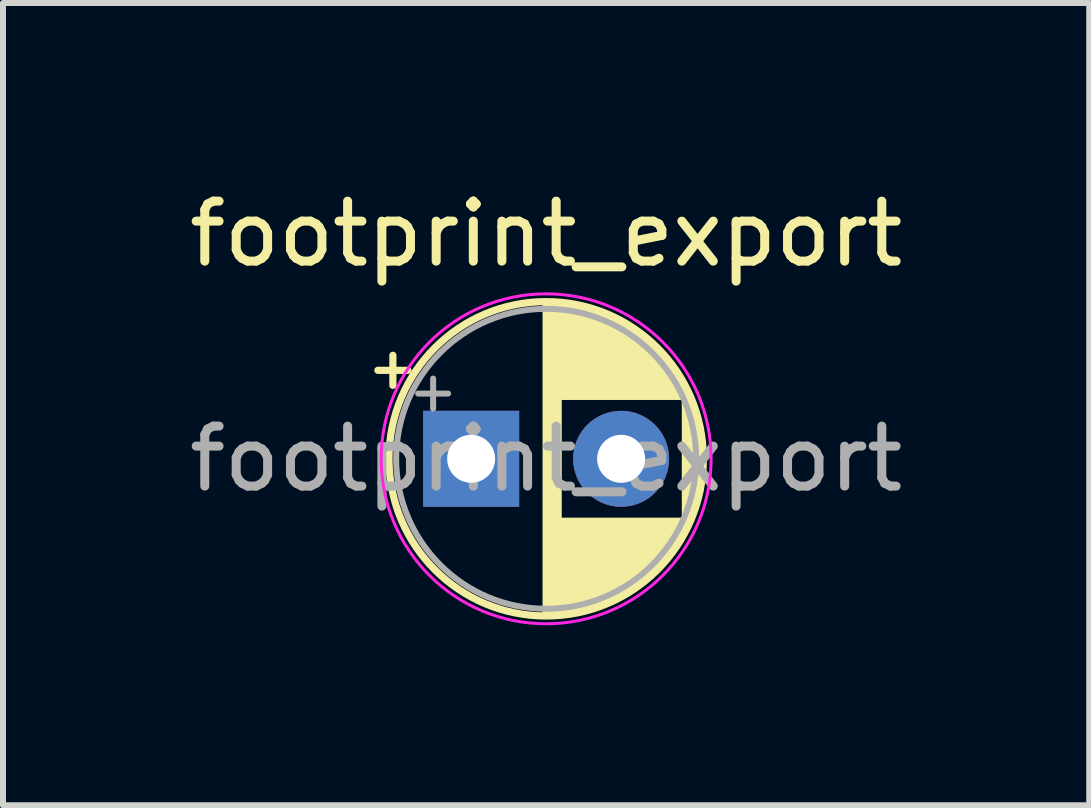
<source format=kicad_pcb>
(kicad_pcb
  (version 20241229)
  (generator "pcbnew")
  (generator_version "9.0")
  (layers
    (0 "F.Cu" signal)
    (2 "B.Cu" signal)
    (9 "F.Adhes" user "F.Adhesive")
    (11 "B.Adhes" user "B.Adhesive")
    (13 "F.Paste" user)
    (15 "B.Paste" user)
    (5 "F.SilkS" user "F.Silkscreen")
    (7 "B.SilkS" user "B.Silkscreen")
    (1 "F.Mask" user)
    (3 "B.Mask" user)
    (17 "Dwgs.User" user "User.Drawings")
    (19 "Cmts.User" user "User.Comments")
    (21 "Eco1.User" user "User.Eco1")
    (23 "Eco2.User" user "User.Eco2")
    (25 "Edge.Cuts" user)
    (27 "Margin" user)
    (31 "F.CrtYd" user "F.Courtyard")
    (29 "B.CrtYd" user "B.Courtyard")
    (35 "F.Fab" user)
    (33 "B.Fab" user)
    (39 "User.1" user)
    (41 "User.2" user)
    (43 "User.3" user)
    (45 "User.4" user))
  (footprint "footprint_export"
    (layer "F.Cu")
    (at 4.804 4.598)
    (property "Reference" "footprint_export" (at 1.25 -3.75 0) (layer "F.SilkS") (effects (font (size 1 1) (thickness 0.15))))
    (attr through_hole)
    (fp_line (start -1.555 -1.475) (end -1.055 -1.475) (stroke (width 0.12) (type solid)) (layer "F.SilkS"))
    (fp_line (start -1.305 -1.725) (end -1.305 -1.225) (stroke (width 0.12) (type solid)) (layer "F.SilkS"))
    (fp_line (start 1.25 -2.58) (end 1.25 2.58) (stroke (width 0.12) (type solid)) (layer "F.SilkS"))
    (fp_line (start 1.29 -2.58) (end 1.29 2.58) (stroke (width 0.12) (type solid)) (layer "F.SilkS"))
    (fp_line (start 1.33 -2.579) (end 1.33 2.579) (stroke (width 0.12) (type solid)) (layer "F.SilkS"))
    (fp_line (start 1.37 -2.578) (end 1.37 2.578) (stroke (width 0.12) (type solid)) (layer "F.SilkS"))
    (fp_line (start 1.41 -2.576) (end 1.41 2.576) (stroke (width 0.12) (type solid)) (layer "F.SilkS"))
    (fp_line (start 1.45 -2.573) (end 1.45 2.573) (stroke (width 0.12) (type solid)) (layer "F.SilkS"))
    (fp_line (start 1.49 -2.569) (end 1.49 -1.04) (stroke (width 0.12) (type solid)) (layer "F.SilkS"))
    (fp_line (start 1.49 1.04) (end 1.49 2.569) (stroke (width 0.12) (type solid)) (layer "F.SilkS"))
    (fp_line (start 1.53 -2.565) (end 1.53 -1.04) (stroke (width 0.12) (type solid)) (layer "F.SilkS"))
    (fp_line (start 1.53 1.04) (end 1.53 2.565) (stroke (width 0.12) (type solid)) (layer "F.SilkS"))
    (fp_line (start 1.57 -2.561) (end 1.57 -1.04) (stroke (width 0.12) (type solid)) (layer "F.SilkS"))
    (fp_line (start 1.57 1.04) (end 1.57 2.561) (stroke (width 0.12) (type solid)) (layer "F.SilkS"))
    (fp_line (start 1.61 -2.556) (end 1.61 -1.04) (stroke (width 0.12) (type solid)) (layer "F.SilkS"))
    (fp_line (start 1.61 1.04) (end 1.61 2.556) (stroke (width 0.12) (type solid)) (layer "F.SilkS"))
    (fp_line (start 1.65 -2.55) (end 1.65 -1.04) (stroke (width 0.12) (type solid)) (layer "F.SilkS"))
    (fp_line (start 1.65 1.04) (end 1.65 2.55) (stroke (width 0.12) (type solid)) (layer "F.SilkS"))
    (fp_line (start 1.69 -2.543) (end 1.69 -1.04) (stroke (width 0.12) (type solid)) (layer "F.SilkS"))
    (fp_line (start 1.69 1.04) (end 1.69 2.543) (stroke (width 0.12) (type solid)) (layer "F.SilkS"))
    (fp_line (start 1.73 -2.536) (end 1.73 -1.04) (stroke (width 0.12) (type solid)) (layer "F.SilkS"))
    (fp_line (start 1.73 1.04) (end 1.73 2.536) (stroke (width 0.12) (type solid)) (layer "F.SilkS"))
    (fp_line (start 1.77 -2.528) (end 1.77 -1.04) (stroke (width 0.12) (type solid)) (layer "F.SilkS"))
    (fp_line (start 1.77 1.04) (end 1.77 2.528) (stroke (width 0.12) (type solid)) (layer "F.SilkS"))
    (fp_line (start 1.81 -2.52) (end 1.81 -1.04) (stroke (width 0.12) (type solid)) (layer "F.SilkS"))
    (fp_line (start 1.81 1.04) (end 1.81 2.52) (stroke (width 0.12) (type solid)) (layer "F.SilkS"))
    (fp_line (start 1.85 -2.511) (end 1.85 -1.04) (stroke (width 0.12) (type solid)) (layer "F.SilkS"))
    (fp_line (start 1.85 1.04) (end 1.85 2.511) (stroke (width 0.12) (type solid)) (layer "F.SilkS"))
    (fp_line (start 1.89 -2.501) (end 1.89 -1.04) (stroke (width 0.12) (type solid)) (layer "F.SilkS"))
    (fp_line (start 1.89 1.04) (end 1.89 2.501) (stroke (width 0.12) (type solid)) (layer "F.SilkS"))
    (fp_line (start 1.93 -2.491) (end 1.93 -1.04) (stroke (width 0.12) (type solid)) (layer "F.SilkS"))
    (fp_line (start 1.93 1.04) (end 1.93 2.491) (stroke (width 0.12) (type solid)) (layer "F.SilkS"))
    (fp_line (start 1.971 -2.48) (end 1.971 -1.04) (stroke (width 0.12) (type solid)) (layer "F.SilkS"))
    (fp_line (start 1.971 1.04) (end 1.971 2.48) (stroke (width 0.12) (type solid)) (layer "F.SilkS"))
    (fp_line (start 2.011 -2.468) (end 2.011 -1.04) (stroke (width 0.12) (type solid)) (layer "F.SilkS"))
    (fp_line (start 2.011 1.04) (end 2.011 2.468) (stroke (width 0.12) (type solid)) (layer "F.SilkS"))
    (fp_line (start 2.051 -2.455) (end 2.051 -1.04) (stroke (width 0.12) (type solid)) (layer "F.SilkS"))
    (fp_line (start 2.051 1.04) (end 2.051 2.455) (stroke (width 0.12) (type solid)) (layer "F.SilkS"))
    (fp_line (start 2.091 -2.442) (end 2.091 -1.04) (stroke (width 0.12) (type solid)) (layer "F.SilkS"))
    (fp_line (start 2.091 1.04) (end 2.091 2.442) (stroke (width 0.12) (type solid)) (layer "F.SilkS"))
    (fp_line (start 2.131 -2.428) (end 2.131 -1.04) (stroke (width 0.12) (type solid)) (layer "F.SilkS"))
    (fp_line (start 2.131 1.04) (end 2.131 2.428) (stroke (width 0.12) (type solid)) (layer "F.SilkS"))
    (fp_line (start 2.171 -2.414) (end 2.171 -1.04) (stroke (width 0.12) (type solid)) (layer "F.SilkS"))
    (fp_line (start 2.171 1.04) (end 2.171 2.414) (stroke (width 0.12) (type solid)) (layer "F.SilkS"))
    (fp_line (start 2.211 -2.398) (end 2.211 -1.04) (stroke (width 0.12) (type solid)) (layer "F.SilkS"))
    (fp_line (start 2.211 1.04) (end 2.211 2.398) (stroke (width 0.12) (type solid)) (layer "F.SilkS"))
    (fp_line (start 2.251 -2.382) (end 2.251 -1.04) (stroke (width 0.12) (type solid)) (layer "F.SilkS"))
    (fp_line (start 2.251 1.04) (end 2.251 2.382) (stroke (width 0.12) (type solid)) (layer "F.SilkS"))
    (fp_line (start 2.291 -2.365) (end 2.291 -1.04) (stroke (width 0.12) (type solid)) (layer "F.SilkS"))
    (fp_line (start 2.291 1.04) (end 2.291 2.365) (stroke (width 0.12) (type solid)) (layer "F.SilkS"))
    (fp_line (start 2.331 -2.348) (end 2.331 -1.04) (stroke (width 0.12) (type solid)) (layer "F.SilkS"))
    (fp_line (start 2.331 1.04) (end 2.331 2.348) (stroke (width 0.12) (type solid)) (layer "F.SilkS"))
    (fp_line (start 2.371 -2.329) (end 2.371 -1.04) (stroke (width 0.12) (type solid)) (layer "F.SilkS"))
    (fp_line (start 2.371 1.04) (end 2.371 2.329) (stroke (width 0.12) (type solid)) (layer "F.SilkS"))
    (fp_line (start 2.411 -2.31) (end 2.411 -1.04) (stroke (width 0.12) (type solid)) (layer "F.SilkS"))
    (fp_line (start 2.411 1.04) (end 2.411 2.31) (stroke (width 0.12) (type solid)) (layer "F.SilkS"))
    (fp_line (start 2.451 -2.29) (end 2.451 -1.04) (stroke (width 0.12) (type solid)) (layer "F.SilkS"))
    (fp_line (start 2.451 1.04) (end 2.451 2.29) (stroke (width 0.12) (type solid)) (layer "F.SilkS"))
    (fp_line (start 2.491 -2.268) (end 2.491 -1.04) (stroke (width 0.12) (type solid)) (layer "F.SilkS"))
    (fp_line (start 2.491 1.04) (end 2.491 2.268) (stroke (width 0.12) (type solid)) (layer "F.SilkS"))
    (fp_line (start 2.531 -2.247) (end 2.531 -1.04) (stroke (width 0.12) (type solid)) (layer "F.SilkS"))
    (fp_line (start 2.531 1.04) (end 2.531 2.247) (stroke (width 0.12) (type solid)) (layer "F.SilkS"))
    (fp_line (start 2.571 -2.224) (end 2.571 -1.04) (stroke (width 0.12) (type solid)) (layer "F.SilkS"))
    (fp_line (start 2.571 1.04) (end 2.571 2.224) (stroke (width 0.12) (type solid)) (layer "F.SilkS"))
    (fp_line (start 2.611 -2.2) (end 2.611 -1.04) (stroke (width 0.12) (type solid)) (layer "F.SilkS"))
    (fp_line (start 2.611 1.04) (end 2.611 2.2) (stroke (width 0.12) (type solid)) (layer "F.SilkS"))
    (fp_line (start 2.651 -2.175) (end 2.651 -1.04) (stroke (width 0.12) (type solid)) (layer "F.SilkS"))
    (fp_line (start 2.651 1.04) (end 2.651 2.175) (stroke (width 0.12) (type solid)) (layer "F.SilkS"))
    (fp_line (start 2.691 -2.149) (end 2.691 -1.04) (stroke (width 0.12) (type solid)) (layer "F.SilkS"))
    (fp_line (start 2.691 1.04) (end 2.691 2.149) (stroke (width 0.12) (type solid)) (layer "F.SilkS"))
    (fp_line (start 2.731 -2.122) (end 2.731 -1.04) (stroke (width 0.12) (type solid)) (layer "F.SilkS"))
    (fp_line (start 2.731 1.04) (end 2.731 2.122) (stroke (width 0.12) (type solid)) (layer "F.SilkS"))
    (fp_line (start 2.771 -2.095) (end 2.771 -1.04) (stroke (width 0.12) (type solid)) (layer "F.SilkS"))
    (fp_line (start 2.771 1.04) (end 2.771 2.095) (stroke (width 0.12) (type solid)) (layer "F.SilkS"))
    (fp_line (start 2.811 -2.065) (end 2.811 -1.04) (stroke (width 0.12) (type solid)) (layer "F.SilkS"))
    (fp_line (start 2.811 1.04) (end 2.811 2.065) (stroke (width 0.12) (type solid)) (layer "F.SilkS"))
    (fp_line (start 2.851 -2.035) (end 2.851 -1.04) (stroke (width 0.12) (type solid)) (layer "F.SilkS"))
    (fp_line (start 2.851 1.04) (end 2.851 2.035) (stroke (width 0.12) (type solid)) (layer "F.SilkS"))
    (fp_line (start 2.891 -2.004) (end 2.891 -1.04) (stroke (width 0.12) (type solid)) (layer "F.SilkS"))
    (fp_line (start 2.891 1.04) (end 2.891 2.004) (stroke (width 0.12) (type solid)) (layer "F.SilkS"))
    (fp_line (start 2.931 -1.971) (end 2.931 -1.04) (stroke (width 0.12) (type solid)) (layer "F.SilkS"))
    (fp_line (start 2.931 1.04) (end 2.931 1.971) (stroke (width 0.12) (type solid)) (layer "F.SilkS"))
    (fp_line (start 2.971 -1.937) (end 2.971 -1.04) (stroke (width 0.12) (type solid)) (layer "F.SilkS"))
    (fp_line (start 2.971 1.04) (end 2.971 1.937) (stroke (width 0.12) (type solid)) (layer "F.SilkS"))
    (fp_line (start 3.011 -1.901) (end 3.011 -1.04) (stroke (width 0.12) (type solid)) (layer "F.SilkS"))
    (fp_line (start 3.011 1.04) (end 3.011 1.901) (stroke (width 0.12) (type solid)) (layer "F.SilkS"))
    (fp_line (start 3.051 -1.864) (end 3.051 -1.04) (stroke (width 0.12) (type solid)) (layer "F.SilkS"))
    (fp_line (start 3.051 1.04) (end 3.051 1.864) (stroke (width 0.12) (type solid)) (layer "F.SilkS"))
    (fp_line (start 3.091 -1.826) (end 3.091 -1.04) (stroke (width 0.12) (type solid)) (layer "F.SilkS"))
    (fp_line (start 3.091 1.04) (end 3.091 1.826) (stroke (width 0.12) (type solid)) (layer "F.SilkS"))
    (fp_line (start 3.131 -1.785) (end 3.131 -1.04) (stroke (width 0.12) (type solid)) (layer "F.SilkS"))
    (fp_line (start 3.131 1.04) (end 3.131 1.785) (stroke (width 0.12) (type solid)) (layer "F.SilkS"))
    (fp_line (start 3.171 -1.743) (end 3.171 -1.04) (stroke (width 0.12) (type solid)) (layer "F.SilkS"))
    (fp_line (start 3.171 1.04) (end 3.171 1.743) (stroke (width 0.12) (type solid)) (layer "F.SilkS"))
    (fp_line (start 3.211 -1.699) (end 3.211 -1.04) (stroke (width 0.12) (type solid)) (layer "F.SilkS"))
    (fp_line (start 3.211 1.04) (end 3.211 1.699) (stroke (width 0.12) (type solid)) (layer "F.SilkS"))
    (fp_line (start 3.251 -1.653) (end 3.251 -1.04) (stroke (width 0.12) (type solid)) (layer "F.SilkS"))
    (fp_line (start 3.251 1.04) (end 3.251 1.653) (stroke (width 0.12) (type solid)) (layer "F.SilkS"))
    (fp_line (start 3.291 -1.605) (end 3.291 -1.04) (stroke (width 0.12) (type solid)) (layer "F.SilkS"))
    (fp_line (start 3.291 1.04) (end 3.291 1.605) (stroke (width 0.12) (type solid)) (layer "F.SilkS"))
    (fp_line (start 3.331 -1.554) (end 3.331 -1.04) (stroke (width 0.12) (type solid)) (layer "F.SilkS"))
    (fp_line (start 3.331 1.04) (end 3.331 1.554) (stroke (width 0.12) (type solid)) (layer "F.SilkS"))
    (fp_line (start 3.371 -1.5) (end 3.371 -1.04) (stroke (width 0.12) (type solid)) (layer "F.SilkS"))
    (fp_line (start 3.371 1.04) (end 3.371 1.5) (stroke (width 0.12) (type solid)) (layer "F.SilkS"))
    (fp_line (start 3.411 -1.443) (end 3.411 -1.04) (stroke (width 0.12) (type solid)) (layer "F.SilkS"))
    (fp_line (start 3.411 1.04) (end 3.411 1.443) (stroke (width 0.12) (type solid)) (layer "F.SilkS"))
    (fp_line (start 3.451 -1.383) (end 3.451 -1.04) (stroke (width 0.12) (type solid)) (layer "F.SilkS"))
    (fp_line (start 3.451 1.04) (end 3.451 1.383) (stroke (width 0.12) (type solid)) (layer "F.SilkS"))
    (fp_line (start 3.491 -1.319) (end 3.491 -1.04) (stroke (width 0.12) (type solid)) (layer "F.SilkS"))
    (fp_line (start 3.491 1.04) (end 3.491 1.319) (stroke (width 0.12) (type solid)) (layer "F.SilkS"))
    (fp_line (start 3.531 -1.251) (end 3.531 -1.04) (stroke (width 0.12) (type solid)) (layer "F.SilkS"))
    (fp_line (start 3.531 1.04) (end 3.531 1.251) (stroke (width 0.12) (type solid)) (layer "F.SilkS"))
    (fp_line (start 3.571 -1.178) (end 3.571 1.178) (stroke (width 0.12) (type solid)) (layer "F.SilkS"))
    (fp_line (start 3.611 -1.098) (end 3.611 1.098) (stroke (width 0.12) (type solid)) (layer "F.SilkS"))
    (fp_line (start 3.651 -1.011) (end 3.651 1.011) (stroke (width 0.12) (type solid)) (layer "F.SilkS"))
    (fp_line (start 3.691 -0.915) (end 3.691 0.915) (stroke (width 0.12) (type solid)) (layer "F.SilkS"))
    (fp_line (start 3.731 -0.805) (end 3.731 0.805) (stroke (width 0.12) (type solid)) (layer "F.SilkS"))
    (fp_line (start 3.771 -0.677) (end 3.771 0.677) (stroke (width 0.12) (type solid)) (layer "F.SilkS"))
    (fp_line (start 3.811 -0.518) (end 3.811 0.518) (stroke (width 0.12) (type solid)) (layer "F.SilkS"))
    (fp_line (start 3.851 -0.284) (end 3.851 0.284) (stroke (width 0.12) (type solid)) (layer "F.SilkS"))
    (fp_circle (center 1.25 0) (end 3.87 0) (stroke (width 0.12) (type solid)) (fill no) (layer "F.SilkS"))
    (fp_circle (center 1.25 0) (end 4 0) (stroke (width 0.05) (type solid)) (fill no) (layer "F.CrtYd"))
    (fp_line (start -0.884 -1.087) (end -0.384 -1.087) (stroke (width 0.1) (type solid)) (layer "F.Fab"))
    (fp_line (start -0.634 -1.337) (end -0.634 -0.838) (stroke (width 0.1) (type solid)) (layer "F.Fab"))
    (fp_circle (center 1.25 0) (end 3.75 0) (stroke (width 0.1) (type solid)) (fill no) (layer "F.Fab"))
    (fp_text user "${REFERENCE}" (at 1.25 0 0) (layer "F.Fab") (effects (font (size 1 1) (thickness 0.15))))
    (pad "1" thru_hole rect (at 0 0) (size 1.6 1.6) (drill 0.8) (layers "*.Cu" "*.Mask"))
    (pad "2" thru_hole circle (at 2.5 0) (size 1.6 1.6) (drill 0.8) (layers "*.Cu" "*.Mask")))
  (gr_rect
    (start -3 -3)
    (end 15.107 10.373)
    (stroke (width 0.1) (type default))
    (fill no)
    (layer "Edge.Cuts")))
</source>
